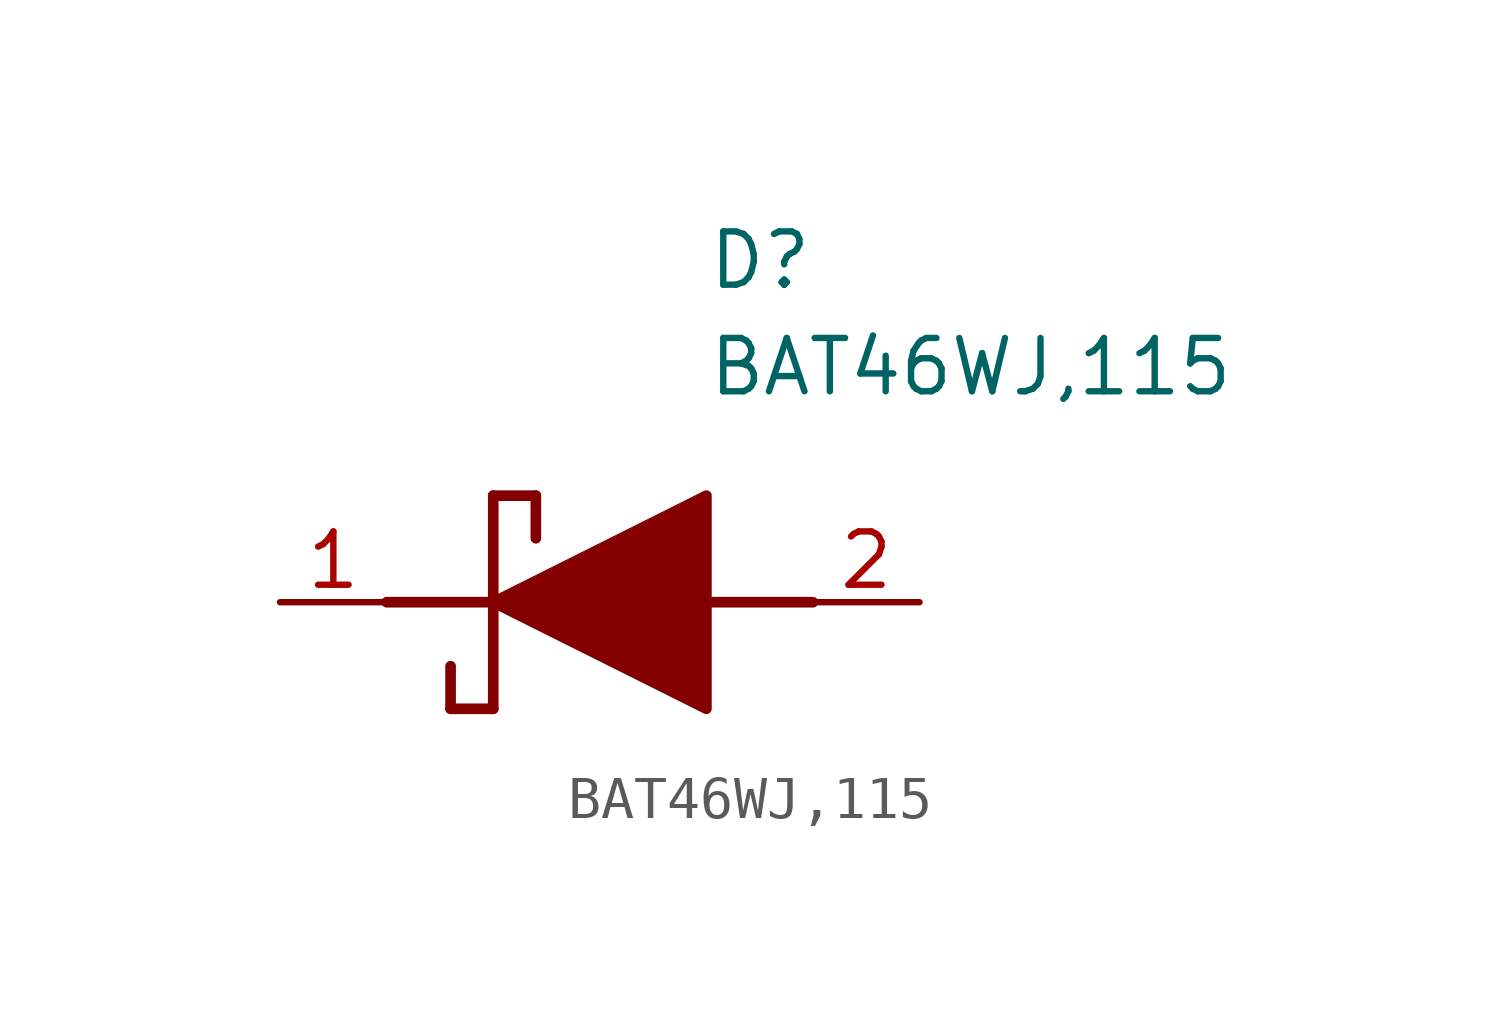
<source format=kicad_sym>
(kicad_symbol_lib
  (version 20211014)
  (generator SamacSys_ECAD_Model)
  (symbol "BAT46WJ,115"
    (pin_names hide)
    (property "Reference" "D"
      (at 12.7 8.89 0)
      (effects (font (size 1.27 1.27)) (justify left top)))
    (property "Value" "BAT46WJ,115"
      (at 12.7 6.35 0)
      (effects (font (size 1.27 1.27)) (justify left top)))
    (polyline
      (pts (xy 7.62 2.54) (xy 7.62 -2.54))
      (stroke (width 0.254) (type default))
      (fill (type none)))
    (polyline
      (pts (xy 7.62 2.54) (xy 8.636 2.54))
      (stroke (width 0.254) (type default))
      (fill (type none)))
    (polyline
      (pts (xy 8.636 1.524) (xy 8.636 2.54))
      (stroke (width 0.254) (type default))
      (fill (type none)))
    (polyline
      (pts (xy 7.62 -2.54) (xy 6.604 -2.54))
      (stroke (width 0.254) (type default))
      (fill (type none)))
    (polyline
      (pts (xy 6.604 -1.524) (xy 6.604 -2.54))
      (stroke (width 0.254) (type default))
      (fill (type none)))
    (polyline
      (pts (xy 5.08 0) (xy 7.62 0))
      (stroke (width 0.254) (type default))
      (fill (type none)))
    (polyline
      (pts (xy 12.7 0) (xy 15.24 0))
      (stroke (width 0.254) (type default))
      (fill (type none)))
    (polyline
      (pts (xy 7.62 0) (xy 12.7 2.54) (xy 12.7 -2.54) (xy 7.62 0))
      (stroke (width 0.254) (type default))
      (fill (type outline)))
    (pin passive line
      (at 2.54 0 0)
      (length 2.54)
      (name "K" (effects (font (size 1.27 1.27))))
      (number "1" (effects (font (size 1.27 1.27)))))
    (pin passive line
      (at 17.78 0 180)
      (length 2.54)
      (name "A" (effects (font (size 1.27 1.27))))
      (number "2" (effects (font (size 1.27 1.27)))))))
</source>
